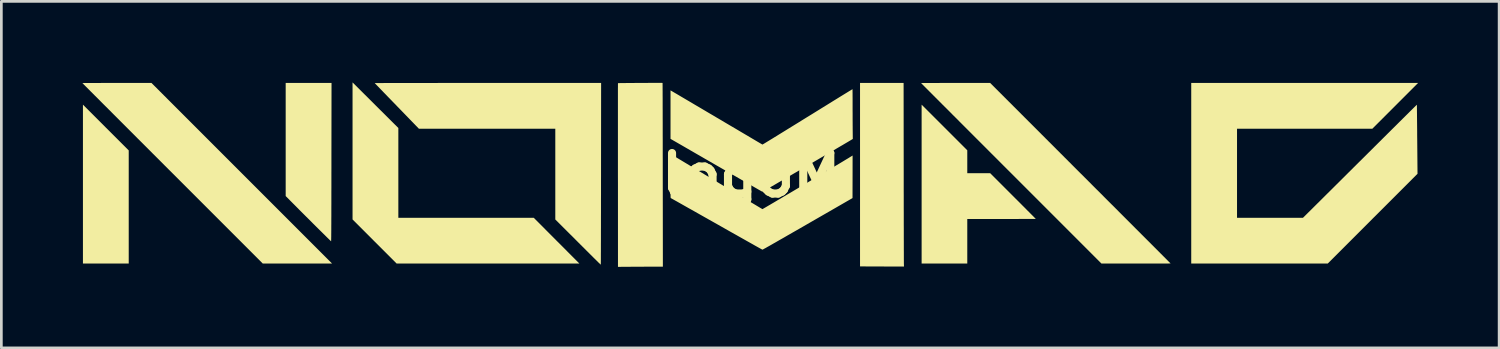
<source format=kicad_pcb>
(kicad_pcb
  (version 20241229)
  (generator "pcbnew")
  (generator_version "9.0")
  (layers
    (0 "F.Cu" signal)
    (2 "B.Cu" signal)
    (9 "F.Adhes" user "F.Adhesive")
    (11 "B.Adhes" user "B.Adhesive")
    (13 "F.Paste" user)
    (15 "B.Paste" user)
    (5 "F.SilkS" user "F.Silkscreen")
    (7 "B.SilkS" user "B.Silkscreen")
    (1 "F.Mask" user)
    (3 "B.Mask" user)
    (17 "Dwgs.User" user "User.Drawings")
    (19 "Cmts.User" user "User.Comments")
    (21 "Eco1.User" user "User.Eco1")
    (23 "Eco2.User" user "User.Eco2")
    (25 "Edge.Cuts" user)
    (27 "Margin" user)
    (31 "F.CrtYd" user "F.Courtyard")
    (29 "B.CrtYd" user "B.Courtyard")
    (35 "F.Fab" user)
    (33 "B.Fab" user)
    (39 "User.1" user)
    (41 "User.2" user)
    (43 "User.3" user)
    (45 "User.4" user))
  (footprint "logoM"
    (layer "F.Cu")
    (at 24.755 3.436)
    (property "Reference" "logoM" (at 0 0 0) (layer "F.SilkS") (effects (font (size 1.5 1.5) (thickness 0.3))))
    (attr board_only exclude_from_pos_files exclude_from_bom)
    (fp_poly (pts (xy -23.888 -1.765) (xy -23.04 -0.918) (xy -23.04 1.176) (xy -23.04 3.27) (xy -23.887 3.27) (xy -24.735 3.27) (xy -24.735 0.329) (xy -24.735 -2.612)) (stroke (width 0) (type solid)) (fill yes) (layer "F.SilkS"))
    (fp_poly (pts (xy -13.908 -2.592) (xy -13.06 -1.748) (xy -13.06 -0.086) (xy -13.06 1.575) (xy -10.554 1.576) (xy -8.047 1.576) (xy -7.203 2.423) (xy -6.358 3.27) (xy -9.74 3.27) (xy -13.123 3.27) (xy -13.939 2.454) (xy -14.755 1.637) (xy -14.755 -0.899) (xy -14.755 -3.436)) (stroke (width 0) (type solid)) (fill yes) (layer "F.SilkS"))
    (fp_poly (pts (xy 5.647 -0.149) (xy 5.647 0.033) (xy 5.647 0.212) (xy 5.647 0.389) (xy 5.647 0.563) (xy 5.648 0.734) (xy 5.648 0.902) (xy 5.648 1.067) (xy 5.648 1.227) (xy 5.649 1.384) (xy 5.649 1.536) (xy 5.649 1.684) (xy 5.649 1.827) (xy 5.65 1.965) (xy 5.65 2.097) (xy 5.65 2.224) (xy 5.65 2.344) (xy 5.651 2.459) (xy 5.651 2.567) (xy 5.651 2.668) (xy 5.651 2.762) (xy 5.652 2.848) (xy 5.652 2.927) (xy 5.652 2.998) (xy 5.652 3.061) (xy 5.652 3.116) (xy 5.653 3.161) (xy 5.653 3.198) (xy 5.653 3.225) (xy 5.653 3.243) (xy 5.653 3.249) (xy 5.657 3.38) (xy 5.015 3.379) (xy 4.931 3.379) (xy 4.849 3.378) (xy 4.767 3.378) (xy 4.688 3.378) (xy 4.611 3.378) (xy 4.538 3.378) (xy 4.469 3.377) (xy 4.406 3.377) (xy 4.348 3.377) (xy 4.298 3.377) (xy 4.255 3.377) (xy 4.221 3.376) (xy 4.201 3.376) (xy 4.03 3.375) (xy 4.03 -0.02) (xy 4.03 -3.415) (xy 4.837 -3.415) (xy 5.643 -3.415)) (stroke (width 0) (type solid)) (fill yes) (layer "F.SilkS"))
    (fp_poly (pts (xy 7.155 -1.768) (xy 8 -0.923) (xy 8 -0.499) (xy 8 -0.075) (xy 8.424 -0.075) (xy 8.848 -0.075) (xy 9.691 0.769) (xy 9.768 0.846) (xy 9.843 0.92) (xy 9.916 0.993) (xy 9.986 1.063) (xy 10.053 1.131) (xy 10.117 1.195) (xy 10.178 1.256) (xy 10.235 1.314) (xy 10.289 1.367) (xy 10.337 1.416) (xy 10.382 1.461) (xy 10.421 1.5) (xy 10.455 1.534) (xy 10.483 1.563) (xy 10.506 1.586) (xy 10.522 1.603) (xy 10.532 1.613) (xy 10.535 1.616) (xy 10.53 1.617) (xy 10.516 1.617) (xy 10.492 1.617) (xy 10.459 1.618) (xy 10.419 1.618) (xy 10.37 1.618) (xy 10.314 1.618) (xy 10.251 1.619) (xy 10.181 1.619) (xy 10.105 1.619) (xy 10.023 1.619) (xy 9.936 1.619) (xy 9.844 1.62) (xy 9.747 1.62) (xy 9.646 1.62) (xy 9.542 1.62) (xy 9.434 1.62) (xy 9.324 1.62) (xy 9.268 1.62) (xy 8 1.62) (xy 8 2.445) (xy 8 3.27) (xy 7.155 3.27) (xy 6.31 3.27) (xy 6.31 0.329) (xy 6.31 -2.612)) (stroke (width 0) (type solid)) (fill yes) (layer "F.SilkS"))
    (fp_poly (pts (xy -18.855 -0.072) (xy -15.513 3.27) (xy -16.795 3.27) (xy -18.078 3.27) (xy -21.416 -0.069) (xy -21.57 -0.222) (xy -21.722 -0.374) (xy -21.871 -0.524) (xy -22.019 -0.672) (xy -22.165 -0.817) (xy -22.308 -0.961) (xy -22.449 -1.102) (xy -22.587 -1.24) (xy -22.723 -1.375) (xy -22.855 -1.508) (xy -22.984 -1.637) (xy -23.11 -1.763) (xy -23.233 -1.886) (xy -23.352 -2.005) (xy -23.467 -2.121) (xy -23.579 -2.232) (xy -23.686 -2.34) (xy -23.789 -2.443) (xy -23.888 -2.542) (xy -23.983 -2.636) (xy -24.072 -2.726) (xy -24.157 -2.811) (xy -24.237 -2.891) (xy -24.312 -2.966) (xy -24.381 -3.036) (xy -24.446 -3.1) (xy -24.504 -3.159) (xy -24.557 -3.212) (xy -24.604 -3.259) (xy -24.645 -3.3) (xy -24.679 -3.335) (xy -24.708 -3.363) (xy -24.73 -3.385) (xy -24.745 -3.401) (xy -24.753 -3.409) (xy -24.755 -3.411) (xy -24.75 -3.412) (xy -24.736 -3.412) (xy -24.712 -3.412) (xy -24.679 -3.413) (xy -24.639 -3.413) (xy -24.59 -3.413) (xy -24.534 -3.413) (xy -24.471 -3.414) (xy -24.401 -3.414) (xy -24.325 -3.414) (xy -24.243 -3.414) (xy -24.156 -3.414) (xy -24.063 -3.415) (xy -23.966 -3.415) (xy -23.865 -3.415) (xy -23.761 -3.415) (xy -23.653 -3.415) (xy -23.542 -3.415) (xy -23.476 -3.415) (xy -22.197 -3.415)) (stroke (width 0) (type solid)) (fill yes) (layer "F.SilkS"))
    (fp_poly (pts (xy -15.537 -0.689) (xy -15.537 -0.473) (xy -15.537 -0.267) (xy -15.538 -0.07) (xy -15.538 0.117) (xy -15.538 0.296) (xy -15.538 0.465) (xy -15.539 0.625) (xy -15.539 0.777) (xy -15.539 0.921) (xy -15.539 1.057) (xy -15.54 1.184) (xy -15.54 1.304) (xy -15.54 1.417) (xy -15.54 1.522) (xy -15.541 1.621) (xy -15.541 1.712) (xy -15.541 1.797) (xy -15.542 1.876) (xy -15.542 1.949) (xy -15.542 2.015) (xy -15.543 2.076) (xy -15.543 2.131) (xy -15.544 2.181) (xy -15.544 2.226) (xy -15.544 2.266) (xy -15.545 2.301) (xy -15.545 2.332) (xy -15.546 2.359) (xy -15.546 2.382) (xy -15.547 2.4) (xy -15.547 2.415) (xy -15.548 2.427) (xy -15.549 2.436) (xy -15.549 2.442) (xy -15.55 2.444) (xy -15.55 2.445) (xy -15.554 2.442) (xy -15.565 2.431) (xy -15.582 2.415) (xy -15.605 2.393) (xy -15.633 2.365) (xy -15.666 2.333) (xy -15.704 2.296) (xy -15.746 2.254) (xy -15.791 2.209) (xy -15.84 2.161) (xy -15.892 2.109) (xy -15.947 2.055) (xy -16.004 1.999) (xy -16.027 1.976) (xy -16.093 1.911) (xy -16.163 1.841) (xy -16.236 1.769) (xy -16.31 1.694) (xy -16.385 1.619) (xy -16.461 1.544) (xy -16.535 1.47) (xy -16.607 1.398) (xy -16.676 1.329) (xy -16.741 1.264) (xy -16.801 1.203) (xy -16.855 1.149) (xy -16.865 1.139) (xy -17.23 0.771) (xy -17.23 -1.322) (xy -17.23 -3.415) (xy -16.382 -3.415) (xy -15.533 -3.415)) (stroke (width 0) (type solid)) (fill yes) (layer "F.SilkS"))
    (fp_poly (pts (xy 23.84 -2.567) (xy 22.993 -1.72) (xy 20.489 -1.72) (xy 17.985 -1.72) (xy 17.985 -0.072) (xy 17.985 1.575) (xy 19.206 1.575) (xy 20.427 1.575) (xy 21.878 0.134) (xy 21.986 0.027) (xy 22.095 -0.082) (xy 22.206 -0.192) (xy 22.317 -0.303) (xy 22.429 -0.414) (xy 22.54 -0.524) (xy 22.651 -0.634) (xy 22.761 -0.743) (xy 22.869 -0.851) (xy 22.976 -0.957) (xy 23.08 -1.061) (xy 23.182 -1.162) (xy 23.281 -1.26) (xy 23.376 -1.355) (xy 23.468 -1.446) (xy 23.555 -1.533) (xy 23.638 -1.615) (xy 23.716 -1.693) (xy 23.789 -1.765) (xy 23.856 -1.831) (xy 23.916 -1.891) (xy 23.97 -1.945) (xy 23.984 -1.959) (xy 24.052 -2.026) (xy 24.117 -2.091) (xy 24.181 -2.154) (xy 24.242 -2.215) (xy 24.3 -2.272) (xy 24.354 -2.326) (xy 24.405 -2.377) (xy 24.452 -2.423) (xy 24.495 -2.465) (xy 24.533 -2.503) (xy 24.566 -2.535) (xy 24.593 -2.562) (xy 24.615 -2.583) (xy 24.631 -2.599) (xy 24.64 -2.607) (xy 24.642 -2.609) (xy 24.643 -2.604) (xy 24.643 -2.59) (xy 24.643 -2.566) (xy 24.644 -2.533) (xy 24.644 -2.492) (xy 24.645 -2.443) (xy 24.645 -2.387) (xy 24.646 -2.324) (xy 24.647 -2.254) (xy 24.647 -2.178) (xy 24.648 -2.096) (xy 24.649 -2.008) (xy 24.65 -1.916) (xy 24.651 -1.819) (xy 24.652 -1.718) (xy 24.653 -1.613) (xy 24.653 -1.505) (xy 24.654 -1.394) (xy 24.655 -1.33) (xy 24.666 -0.053) (xy 23.004 1.608) (xy 21.343 3.27) (xy 18.816 3.27) (xy 16.29 3.27) (xy 16.29 -0.072) (xy 16.29 -3.415) (xy 20.489 -3.415) (xy 24.687 -3.415)) (stroke (width 0) (type solid)) (fill yes) (layer "F.SilkS"))
    (fp_poly (pts (xy -5.557 -0.151) (xy -5.557 0.03) (xy -5.558 0.209) (xy -5.558 0.385) (xy -5.558 0.559) (xy -5.558 0.729) (xy -5.559 0.896) (xy -5.559 1.06) (xy -5.559 1.22) (xy -5.559 1.376) (xy -5.56 1.527) (xy -5.56 1.674) (xy -5.56 1.816) (xy -5.56 1.952) (xy -5.561 2.083) (xy -5.561 2.209) (xy -5.561 2.328) (xy -5.561 2.441) (xy -5.562 2.548) (xy -5.562 2.647) (xy -5.562 2.74) (xy -5.562 2.825) (xy -5.563 2.902) (xy -5.563 2.972) (xy -5.563 3.033) (xy -5.563 3.086) (xy -5.563 3.13) (xy -5.564 3.165) (xy -5.564 3.191) (xy -5.564 3.208) (xy -5.564 3.212) (xy -5.567 3.312) (xy -5.665 3.218) (xy -5.678 3.205) (xy -5.698 3.185) (xy -5.724 3.159) (xy -5.756 3.127) (xy -5.794 3.09) (xy -5.837 3.048) (xy -5.884 3) (xy -5.936 2.949) (xy -5.992 2.893) (xy -6.051 2.834) (xy -6.114 2.772) (xy -6.179 2.706) (xy -6.247 2.639) (xy -6.317 2.569) (xy -6.389 2.497) (xy -6.462 2.424) (xy -6.506 2.38) (xy -7.25 1.638) (xy -7.25 -0.041) (xy -7.25 -1.72) (xy -9.774 -1.72) (xy -12.298 -1.72) (xy -13.115 -2.563) (xy -13.19 -2.641) (xy -13.263 -2.716) (xy -13.334 -2.789) (xy -13.403 -2.86) (xy -13.469 -2.928) (xy -13.531 -2.993) (xy -13.591 -3.054) (xy -13.646 -3.112) (xy -13.698 -3.165) (xy -13.745 -3.214) (xy -13.788 -3.259) (xy -13.826 -3.298) (xy -13.859 -3.332) (xy -13.886 -3.36) (xy -13.908 -3.383) (xy -13.923 -3.399) (xy -13.932 -3.408) (xy -13.934 -3.411) (xy -13.929 -3.411) (xy -13.915 -3.411) (xy -13.89 -3.411) (xy -13.857 -3.412) (xy -13.814 -3.412) (xy -13.763 -3.412) (xy -13.703 -3.412) (xy -13.635 -3.412) (xy -13.558 -3.413) (xy -13.473 -3.413) (xy -13.381 -3.413) (xy -13.282 -3.413) (xy -13.175 -3.413) (xy -13.061 -3.413) (xy -12.94 -3.414) (xy -12.813 -3.414) (xy -12.68 -3.414) (xy -12.54 -3.414) (xy -12.395 -3.414) (xy -12.244 -3.414) (xy -12.088 -3.414) (xy -11.926 -3.414) (xy -11.76 -3.414) (xy -11.589 -3.415) (xy -11.413 -3.415) (xy -11.233 -3.415) (xy -11.049 -3.415) (xy -10.862 -3.415) (xy -10.671 -3.415) (xy -10.477 -3.415) (xy -10.279 -3.415) (xy -10.079 -3.415) (xy -9.876 -3.415) (xy -9.745 -3.415) (xy -5.554 -3.415)) (stroke (width 0) (type solid)) (fill yes) (layer "F.SilkS"))
    (fp_poly (pts (xy 12.186 -0.076) (xy 12.34 0.077) (xy 12.492 0.229) (xy 12.641 0.379) (xy 12.789 0.527) (xy 12.935 0.672) (xy 13.078 0.816) (xy 13.219 0.957) (xy 13.357 1.095) (xy 13.493 1.23) (xy 13.625 1.363) (xy 13.754 1.492) (xy 13.88 1.618) (xy 14.003 1.741) (xy 14.122 1.86) (xy 14.237 1.976) (xy 14.349 2.087) (xy 14.456 2.195) (xy 14.559 2.298) (xy 14.658 2.397) (xy 14.753 2.491) (xy 14.842 2.581) (xy 14.927 2.666) (xy 15.007 2.746) (xy 15.082 2.821) (xy 15.151 2.891) (xy 15.216 2.955) (xy 15.274 3.014) (xy 15.327 3.067) (xy 15.374 3.114) (xy 15.415 3.155) (xy 15.449 3.19) (xy 15.478 3.218) (xy 15.5 3.24) (xy 15.515 3.256) (xy 15.523 3.264) (xy 15.525 3.266) (xy 15.52 3.267) (xy 15.506 3.267) (xy 15.482 3.267) (xy 15.449 3.268) (xy 15.409 3.268) (xy 15.36 3.268) (xy 15.304 3.268) (xy 15.241 3.269) (xy 15.171 3.269) (xy 15.095 3.269) (xy 15.013 3.269) (xy 14.926 3.269) (xy 14.833 3.27) (xy 14.736 3.27) (xy 14.635 3.27) (xy 14.531 3.27) (xy 14.423 3.27) (xy 14.312 3.27) (xy 14.246 3.27) (xy 12.967 3.27) (xy 9.629 -0.069) (xy 9.475 -0.222) (xy 9.323 -0.374) (xy 9.174 -0.524) (xy 9.026 -0.672) (xy 8.88 -0.817) (xy 8.737 -0.961) (xy 8.596 -1.102) (xy 8.458 -1.24) (xy 8.322 -1.375) (xy 8.19 -1.508) (xy 8.061 -1.637) (xy 7.935 -1.763) (xy 7.812 -1.886) (xy 7.693 -2.005) (xy 7.578 -2.121) (xy 7.466 -2.232) (xy 7.359 -2.34) (xy 7.256 -2.443) (xy 7.157 -2.542) (xy 7.062 -2.636) (xy 6.973 -2.726) (xy 6.888 -2.811) (xy 6.808 -2.891) (xy 6.733 -2.966) (xy 6.664 -3.036) (xy 6.599 -3.1) (xy 6.541 -3.159) (xy 6.488 -3.212) (xy 6.441 -3.259) (xy 6.4 -3.3) (xy 6.366 -3.335) (xy 6.337 -3.363) (xy 6.315 -3.385) (xy 6.3 -3.401) (xy 6.292 -3.409) (xy 6.29 -3.411) (xy 6.295 -3.412) (xy 6.309 -3.412) (xy 6.333 -3.412) (xy 6.366 -3.413) (xy 6.406 -3.413) (xy 6.455 -3.413) (xy 6.511 -3.413) (xy 6.574 -3.414) (xy 6.644 -3.414) (xy 6.72 -3.414) (xy 6.802 -3.414) (xy 6.889 -3.414) (xy 6.982 -3.415) (xy 7.079 -3.415) (xy 7.18 -3.415) (xy 7.284 -3.415) (xy 7.392 -3.415) (xy 7.503 -3.415) (xy 7.569 -3.415) (xy 8.848 -3.415)) (stroke (width 0) (type solid)) (fill yes) (layer "F.SilkS"))
    (fp_poly (pts (xy -3.407 -3.418) (xy -3.366 -3.418) (xy -3.332 -3.418) (xy -3.306 -3.418) (xy -3.289 -3.417) (xy -3.28 -3.417) (xy -3.28 -3.417) (xy -3.279 -3.411) (xy -3.279 -3.396) (xy -3.279 -3.372) (xy -3.279 -3.337) (xy -3.278 -3.294) (xy -3.278 -3.241) (xy -3.278 -3.179) (xy -3.277 -3.109) (xy -3.277 -3.03) (xy -3.277 -2.942) (xy -3.276 -2.847) (xy -3.276 -2.743) (xy -3.276 -2.631) (xy -3.276 -2.511) (xy -3.275 -2.384) (xy -3.275 -2.249) (xy -3.275 -2.107) (xy -3.274 -1.958) (xy -3.274 -1.802) (xy -3.274 -1.64) (xy -3.274 -1.471) (xy -3.273 -1.295) (xy -3.273 -1.113) (xy -3.273 -0.925) (xy -3.273 -0.731) (xy -3.272 -0.532) (xy -3.272 -0.327) (xy -3.272 -0.117) (xy -3.272 -0.014) (xy -3.268 3.385) (xy -3.521 3.385) (xy -3.561 3.385) (xy -3.61 3.385) (xy -3.666 3.385) (xy -3.73 3.385) (xy -3.8 3.386) (xy -3.874 3.386) (xy -3.952 3.386) (xy -4.033 3.387) (xy -4.115 3.387) (xy -4.198 3.387) (xy -4.281 3.388) (xy -4.352 3.388) (xy -4.93 3.392) (xy -4.931 0.78) (xy -4.931 0.533) (xy -4.931 0.295) (xy -4.932 0.068) (xy -4.932 -0.15) (xy -4.932 -0.359) (xy -4.932 -0.559) (xy -4.932 -0.75) (xy -4.932 -0.932) (xy -4.932 -1.106) (xy -4.932 -1.272) (xy -4.932 -1.43) (xy -4.932 -1.58) (xy -4.932 -1.722) (xy -4.932 -1.857) (xy -4.932 -1.984) (xy -4.932 -2.105) (xy -4.932 -2.218) (xy -4.932 -2.325) (xy -4.932 -2.426) (xy -4.932 -2.52) (xy -4.932 -2.608) (xy -4.932 -2.69) (xy -4.932 -2.767) (xy -4.932 -2.838) (xy -4.932 -2.903) (xy -4.932 -2.964) (xy -4.932 -3.02) (xy -4.932 -3.071) (xy -4.932 -3.117) (xy -4.932 -3.159) (xy -4.932 -3.198) (xy -4.932 -3.232) (xy -4.931 -3.262) (xy -4.931 -3.289) (xy -4.931 -3.313) (xy -4.931 -3.333) (xy -4.931 -3.35) (xy -4.931 -3.365) (xy -4.93 -3.377) (xy -4.93 -3.387) (xy -4.93 -3.395) (xy -4.93 -3.4) (xy -4.93 -3.404) (xy -4.929 -3.407) (xy -4.929 -3.407) (xy -4.929 -3.407) (xy -4.924 -3.408) (xy -4.909 -3.409) (xy -4.886 -3.409) (xy -4.854 -3.41) (xy -4.815 -3.41) (xy -4.769 -3.411) (xy -4.717 -3.411) (xy -4.66 -3.412) (xy -4.597 -3.413) (xy -4.531 -3.413) (xy -4.46 -3.414) (xy -4.387 -3.414) (xy -4.312 -3.415) (xy -4.234 -3.415) (xy -4.156 -3.416) (xy -4.077 -3.416) (xy -3.999 -3.417) (xy -3.921 -3.417) (xy -3.845 -3.417) (xy -3.771 -3.418) (xy -3.7 -3.418) (xy -3.632 -3.418) (xy -3.568 -3.418) (xy -3.509 -3.418) (xy -3.455 -3.418)) (stroke (width 0) (type solid)) (fill yes) (layer "F.SilkS"))
    (fp_poly (pts (xy -2.217 -0.326) (xy -2.124 -0.27) (xy -2.024 -0.21) (xy -1.92 -0.147) (xy -1.812 -0.083) (xy -1.702 -0.016) (xy -1.59 0.051) (xy -1.478 0.118) (xy -1.367 0.185) (xy -1.258 0.25) (xy -1.152 0.314) (xy -1.05 0.375) (xy -0.954 0.433) (xy -0.864 0.487) (xy -0.786 0.534) (xy -0.655 0.613) (xy -0.531 0.687) (xy -0.415 0.757) (xy -0.306 0.823) (xy -0.204 0.884) (xy -0.11 0.941) (xy -0.023 0.993) (xy 0.056 1.04) (xy 0.127 1.082) (xy 0.19 1.12) (xy 0.245 1.153) (xy 0.292 1.181) (xy 0.331 1.205) (xy 0.362 1.223) (xy 0.385 1.236) (xy 0.399 1.244) (xy 0.403 1.247) (xy 0.419 1.255) (xy 0.491 1.213) (xy 0.529 1.191) (xy 0.576 1.164) (xy 0.63 1.132) (xy 0.691 1.097) (xy 0.758 1.057) (xy 0.832 1.014) (xy 0.911 0.967) (xy 0.995 0.917) (xy 1.085 0.865) (xy 1.178 0.809) (xy 1.275 0.752) (xy 1.376 0.692) (xy 1.48 0.631) (xy 1.586 0.568) (xy 1.694 0.504) (xy 1.804 0.439) (xy 1.914 0.373) (xy 2.026 0.307) (xy 2.137 0.24) (xy 2.249 0.174) (xy 2.36 0.108) (xy 2.469 0.043) (xy 2.577 -0.021) (xy 2.683 -0.084) (xy 2.786 -0.146) (xy 2.887 -0.206) (xy 2.984 -0.264) (xy 3.077 -0.32) (xy 3.166 -0.373) (xy 3.25 -0.423) (xy 3.329 -0.47) (xy 3.402 -0.514) (xy 3.469 -0.555) (xy 3.529 -0.591) (xy 3.583 -0.623) (xy 3.628 -0.651) (xy 3.666 -0.675) (xy 3.681 -0.684) (xy 3.755 -0.729) (xy 3.754 0.058) (xy 3.752 0.846) (xy 3.098 1.223) (xy 2.906 1.334) (xy 2.723 1.439) (xy 2.549 1.539) (xy 2.382 1.635) (xy 2.224 1.726) (xy 2.073 1.813) (xy 1.931 1.895) (xy 1.796 1.973) (xy 1.668 2.046) (xy 1.547 2.115) (xy 1.434 2.18) (xy 1.327 2.241) (xy 1.228 2.299) (xy 1.135 2.352) (xy 1.048 2.401) (xy 0.968 2.447) (xy 0.894 2.49) (xy 0.826 2.528) (xy 0.764 2.564) (xy 0.708 2.596) (xy 0.657 2.625) (xy 0.611 2.65) (xy 0.571 2.673) (xy 0.536 2.693) (xy 0.506 2.709) (xy 0.48 2.723) (xy 0.46 2.735) (xy 0.443 2.743) (xy 0.431 2.75) (xy 0.423 2.753) (xy 0.42 2.755) (xy 0.419 2.755) (xy 0.412 2.753) (xy 0.399 2.746) (xy 0.381 2.738) (xy 0.375 2.734) (xy 0.356 2.723) (xy 0.331 2.71) (xy 0.3 2.692) (xy 0.263 2.672) (xy 0.221 2.648) (xy 0.172 2.621) (xy 0.117 2.59) (xy 0.056 2.555) (xy -0.012 2.517) (xy -0.087 2.475) (xy -0.169 2.429) (xy -0.257 2.379) (xy -0.353 2.325) (xy -0.456 2.267) (xy -0.567 2.204) (xy -0.685 2.138) (xy -0.811 2.067) (xy -0.945 1.991) (xy -1.086 1.911) (xy -1.236 1.826) (xy -1.394 1.737) (xy -1.561 1.643) (xy -1.715 1.556) (xy -1.853 1.478) (xy -1.982 1.405) (xy -2.102 1.337) (xy -2.214 1.274) (xy -2.318 1.216) (xy -2.413 1.162) (xy -2.5 1.113) (xy -2.579 1.068) (xy -2.65 1.028) (xy -2.712 0.993) (xy -2.767 0.962) (xy -2.814 0.936) (xy -2.853 0.914) (xy -2.885 0.896) (xy -2.908 0.883) (xy -2.924 0.874) (xy -2.93 0.871) (xy -2.948 0.861) (xy -2.964 0.852) (xy -2.975 0.845) (xy -2.976 0.844) (xy -2.977 0.843) (xy -2.978 0.841) (xy -2.979 0.837) (xy -2.98 0.832) (xy -2.981 0.824) (xy -2.982 0.813) (xy -2.982 0.799) (xy -2.983 0.782) (xy -2.983 0.76) (xy -2.983 0.734) (xy -2.984 0.703) (xy -2.984 0.666) (xy -2.984 0.623) (xy -2.984 0.574) (xy -2.984 0.518) (xy -2.984 0.455) (xy -2.984 0.384) (xy -2.984 0.305) (xy -2.984 0.217) (xy -2.984 0.119) (xy -2.984 0.026) (xy -2.982 -0.786)) (stroke (width 0) (type solid)) (fill yes) (layer "F.SilkS"))
    (fp_poly (pts (xy 3.751 -3.18) (xy 3.752 -3.166) (xy 3.752 -3.143) (xy 3.753 -3.111) (xy 3.753 -3.073) (xy 3.754 -3.027) (xy 3.754 -2.975) (xy 3.754 -2.917) (xy 3.755 -2.854) (xy 3.755 -2.786) (xy 3.755 -2.714) (xy 3.755 -2.641) (xy 3.755 -2.558) (xy 3.755 -2.471) (xy 3.755 -2.381) (xy 3.756 -2.289) (xy 3.756 -2.198) (xy 3.756 -2.108) (xy 3.756 -2.021) (xy 3.757 -1.938) (xy 3.757 -1.86) (xy 3.758 -1.79) (xy 3.758 -1.728) (xy 3.758 -1.72) (xy 3.762 -1.342) (xy 3.682 -1.294) (xy 3.65 -1.275) (xy 3.61 -1.251) (xy 3.563 -1.223) (xy 3.508 -1.191) (xy 3.447 -1.155) (xy 3.38 -1.115) (xy 3.307 -1.073) (xy 3.229 -1.027) (xy 3.145 -0.978) (xy 3.058 -0.926) (xy 2.966 -0.872) (xy 2.87 -0.816) (xy 2.772 -0.759) (xy 2.67 -0.699) (xy 2.566 -0.639) (xy 2.461 -0.577) (xy 2.353 -0.514) (xy 2.245 -0.451) (xy 2.136 -0.387) (xy 2.027 -0.323) (xy 1.918 -0.259) (xy 1.809 -0.196) (xy 1.702 -0.133) (xy 1.596 -0.072) (xy 1.492 -0.011) (xy 1.39 0.049) (xy 1.291 0.106) (xy 1.195 0.162) (xy 1.103 0.216) (xy 1.014 0.267) (xy 0.931 0.316) (xy 0.852 0.362) (xy 0.778 0.405) (xy 0.71 0.444) (xy 0.648 0.48) (xy 0.593 0.512) (xy 0.545 0.54) (xy 0.504 0.563) (xy 0.471 0.582) (xy 0.449 0.594) (xy 0.434 0.602) (xy 0.422 0.608) (xy 0.417 0.61) (xy 0.41 0.607) (xy 0.398 0.602) (xy 0.393 0.599) (xy 0.384 0.594) (xy 0.366 0.584) (xy 0.341 0.57) (xy 0.308 0.551) (xy 0.268 0.529) (xy 0.222 0.502) (xy 0.168 0.471) (xy 0.109 0.437) (xy 0.044 0.4) (xy -0.026 0.36) (xy -0.102 0.316) (xy -0.182 0.27) (xy -0.266 0.222) (xy -0.354 0.171) (xy -0.445 0.119) (xy -0.54 0.064) (xy -0.638 0.008) (xy -0.738 -0.05) (xy -0.84 -0.108) (xy -0.943 -0.168) (xy -1.048 -0.229) (xy -1.154 -0.29) (xy -1.261 -0.351) (xy -1.368 -0.413) (xy -1.474 -0.474) (xy -1.58 -0.535) (xy -1.64 -0.57) (xy -1.689 -0.598) (xy -1.745 -0.63) (xy -1.808 -0.667) (xy -1.876 -0.706) (xy -1.949 -0.748) (xy -2.025 -0.792) (xy -2.103 -0.837) (xy -2.182 -0.883) (xy -2.261 -0.928) (xy -2.34 -0.974) (xy -2.416 -1.018) (xy -2.471 -1.05) (xy -2.985 -1.346) (xy -2.985 -2.243) (xy -2.985 -3.14) (xy -2.974 -3.134) (xy -2.968 -3.131) (xy -2.954 -3.123) (xy -2.932 -3.11) (xy -2.903 -3.093) (xy -2.866 -3.071) (xy -2.823 -3.046) (xy -2.773 -3.017) (xy -2.717 -2.984) (xy -2.656 -2.948) (xy -2.589 -2.908) (xy -2.517 -2.866) (xy -2.441 -2.821) (xy -2.361 -2.774) (xy -2.276 -2.724) (xy -2.188 -2.672) (xy -2.097 -2.618) (xy -2.004 -2.563) (xy -1.908 -2.507) (xy -1.81 -2.449) (xy -1.71 -2.39) (xy -1.609 -2.33) (xy -1.507 -2.27) (xy -1.404 -2.21) (xy -1.302 -2.149) (xy -1.199 -2.089) (xy -1.097 -2.029) (xy -0.997 -1.969) (xy -0.897 -1.91) (xy -0.799 -1.852) (xy -0.703 -1.796) (xy -0.609 -1.741) (xy -0.518 -1.687) (xy -0.431 -1.635) (xy -0.346 -1.585) (xy -0.266 -1.538) (xy -0.19 -1.493) (xy -0.118 -1.451) (xy -0.052 -1.411) (xy 0.01 -1.375) (xy 0.065 -1.342) (xy 0.115 -1.313) (xy 0.158 -1.287) (xy 0.194 -1.266) (xy 0.214 -1.254) (xy 0.254 -1.23) (xy 0.293 -1.208) (xy 0.327 -1.187) (xy 0.358 -1.17) (xy 0.383 -1.155) (xy 0.402 -1.144) (xy 0.414 -1.137) (xy 0.418 -1.135) (xy 0.423 -1.137) (xy 0.434 -1.144) (xy 0.453 -1.155) (xy 0.479 -1.17) (xy 0.512 -1.19) (xy 0.553 -1.215) (xy 0.6 -1.244) (xy 0.656 -1.278) (xy 0.718 -1.316) (xy 0.789 -1.359) (xy 0.866 -1.407) (xy 0.952 -1.459) (xy 1.045 -1.517) (xy 1.146 -1.579) (xy 1.255 -1.646) (xy 1.371 -1.718) (xy 1.496 -1.795) (xy 1.628 -1.876) (xy 1.769 -1.963) (xy 1.917 -2.055) (xy 2.074 -2.152) (xy 2.239 -2.253) (xy 2.412 -2.36) (xy 2.594 -2.473) (xy 2.784 -2.59) (xy 2.982 -2.713) (xy 3.029 -2.742) (xy 3.107 -2.79) (xy 3.182 -2.836) (xy 3.254 -2.881) (xy 3.324 -2.924) (xy 3.389 -2.964) (xy 3.451 -3.002) (xy 3.508 -3.037) (xy 3.56 -3.069) (xy 3.607 -3.098) (xy 3.648 -3.123) (xy 3.683 -3.144) (xy 3.711 -3.161) (xy 3.732 -3.174) (xy 3.745 -3.182) (xy 3.751 -3.185) (xy 3.751 -3.185)) (stroke (width 0) (type solid)) (fill yes) (layer "F.SilkS")))
  (gr_rect
    (start -3 -3)
    (end 52.442 9.828)
    (stroke (width 0.1) (type default))
    (fill no)
    (layer "Edge.Cuts")))
</source>
